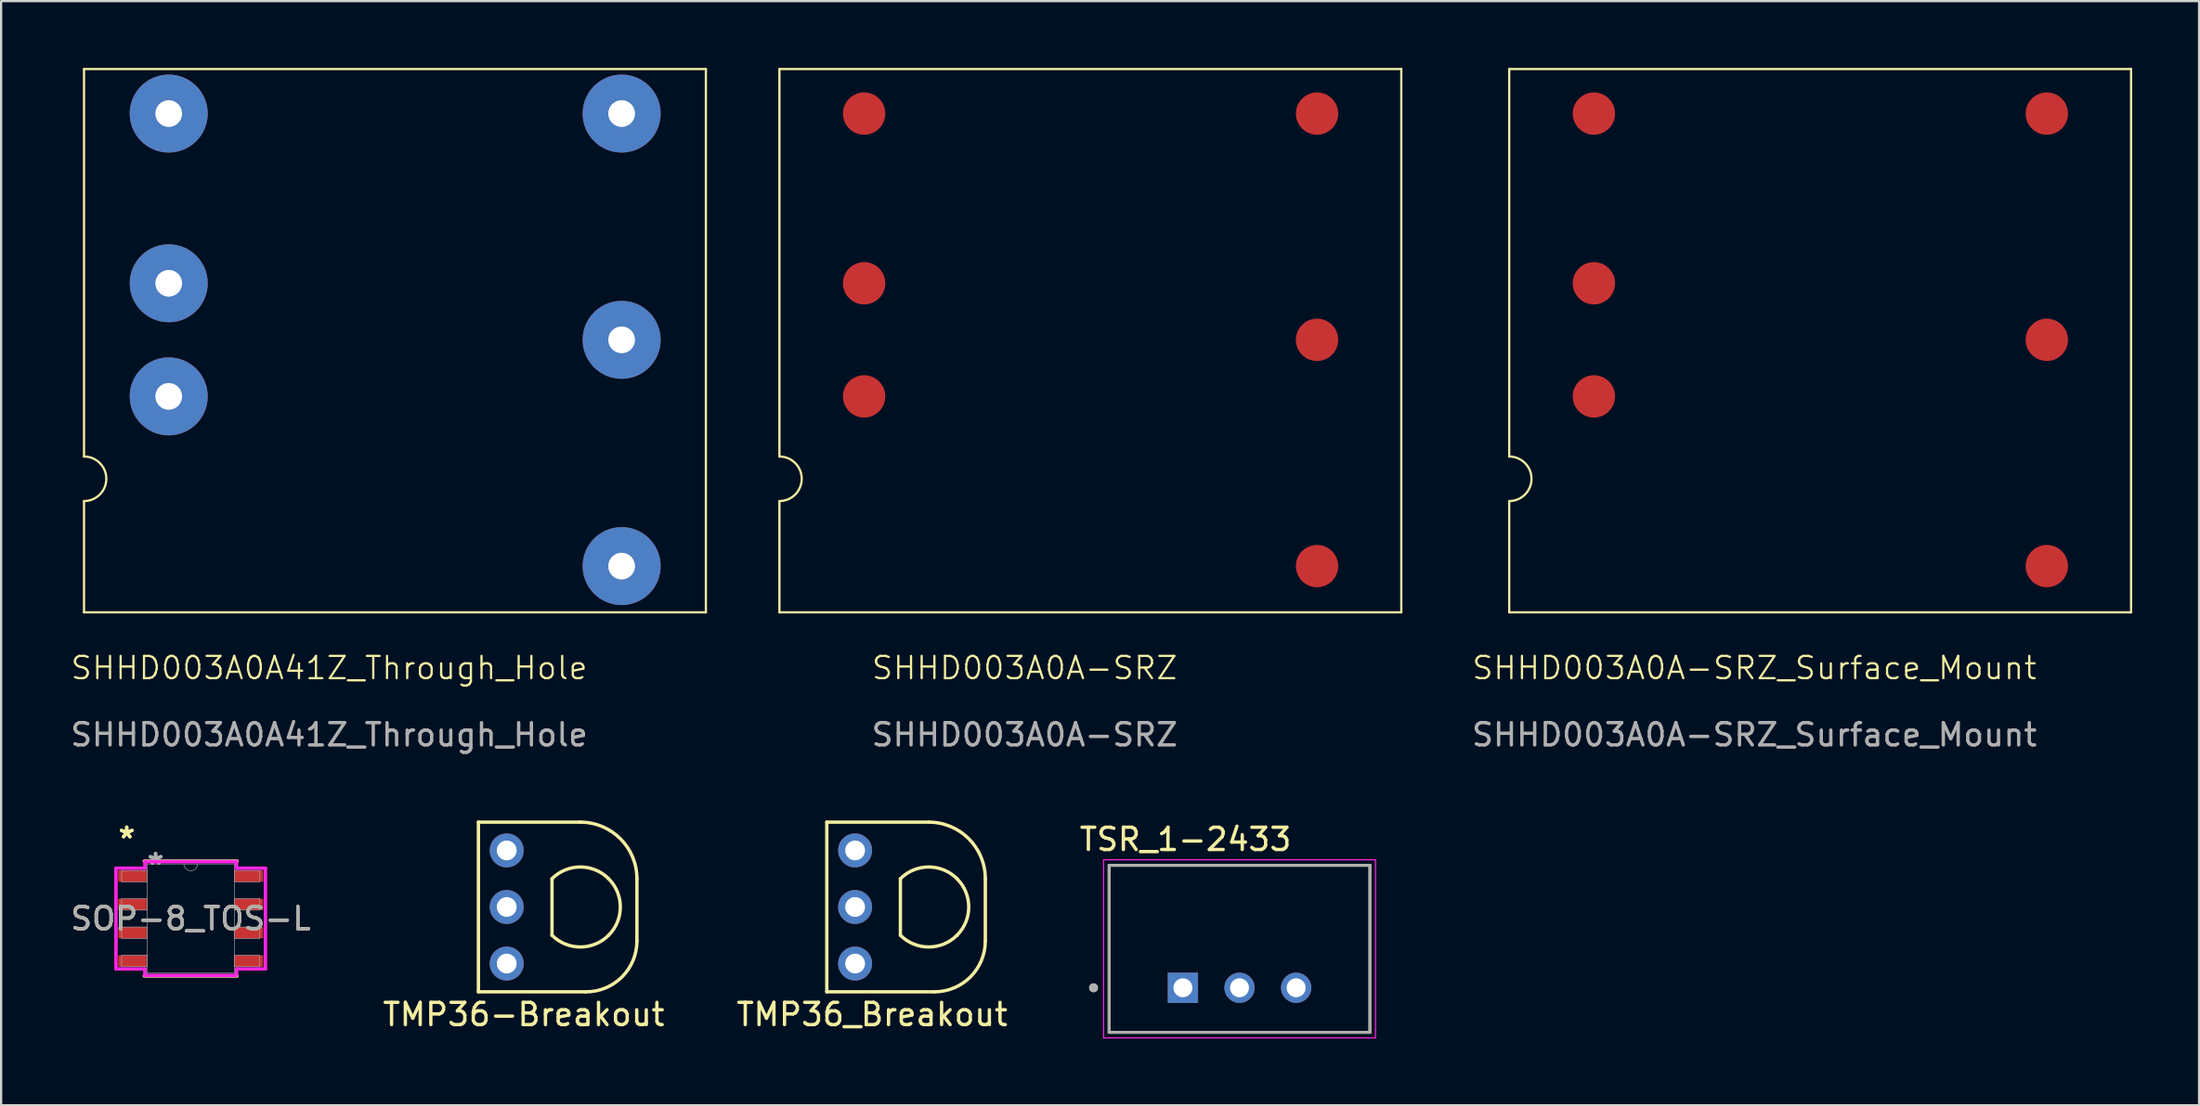
<source format=kicad_pcb>
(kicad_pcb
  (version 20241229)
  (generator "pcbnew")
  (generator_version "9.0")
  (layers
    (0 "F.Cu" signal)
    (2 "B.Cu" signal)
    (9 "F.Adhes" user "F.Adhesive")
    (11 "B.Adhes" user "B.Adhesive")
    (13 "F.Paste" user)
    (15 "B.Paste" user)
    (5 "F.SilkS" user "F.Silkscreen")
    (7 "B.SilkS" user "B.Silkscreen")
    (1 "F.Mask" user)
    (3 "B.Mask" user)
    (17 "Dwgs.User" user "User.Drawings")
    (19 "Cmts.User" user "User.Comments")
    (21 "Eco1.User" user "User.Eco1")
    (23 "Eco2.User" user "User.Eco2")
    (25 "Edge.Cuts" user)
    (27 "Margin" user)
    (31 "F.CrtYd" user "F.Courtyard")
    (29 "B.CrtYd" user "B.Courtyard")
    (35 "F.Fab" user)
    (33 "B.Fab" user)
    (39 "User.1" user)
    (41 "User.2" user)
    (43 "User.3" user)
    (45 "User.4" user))
  (footprint "SHHD003A0A41Z_Through_Hole"
    (layer "F.Cu")
    (at 0.72 24.45)
    (property "Reference" "SHHD003A0A41Z_Through_Hole" (at 11 2.495 0) (unlocked yes) (layer "F.SilkS") (effects (font (size 1 1) (thickness 0.1))))
    (attr smd)
    (fp_line (start -0.000001 -0.005) (end 27.9 -0.005) (stroke (width 0.1) (type default)) (layer "F.SilkS"))
    (fp_line (start 0 -7) (end 0 -24.4) (stroke (width 0.1) (type default)) (layer "F.SilkS"))
    (fp_line (start 0 -5) (end 0 0) (stroke (width 0.1) (type default)) (layer "F.SilkS"))
    (fp_line (start 27.9 -24.4) (end 0 -24.4) (stroke (width 0.1) (type default)) (layer "F.SilkS"))
    (fp_line (start 27.9 0) (end 27.9 -24.4) (stroke (width 0.1) (type default)) (layer "F.SilkS"))
    (fp_arc (start 0 -7) (mid 1 -6) (end 0 -5) (stroke (width 0.1) (type default)) (layer "F.SilkS"))
    (fp_text user "${REFERENCE}" (at 11 5.495 0) (unlocked yes) (layer "F.Fab") (effects (font (size 1 1) (thickness 0.15))))
    (pad "1" thru_hole circle (at 3.8 -9.7) (size 3.5 3.5) (drill 1.2) (layers "*.Cu" "*.Mask"))
    (pad "2" thru_hole circle (at 3.8 -14.78) (size 3.5 3.5) (drill 1.2) (layers "*.Cu" "*.Mask"))
    (pad "3" thru_hole circle (at 3.8 -22.4) (size 3.5 3.5) (drill 1.2) (layers "*.Cu" "*.Mask"))
    (pad "4" thru_hole circle (at 24.12 -22.4) (size 3.5 3.5) (drill 1.2) (layers "*.Cu" "*.Mask"))
    (pad "5" thru_hole circle (at 24.12 -12.24) (size 3.5 3.5) (drill 1.2) (layers "*.Cu" "*.Mask"))
    (pad "6" thru_hole circle (at 24.12 -2.08) (size 3.5 3.5) (drill 1.2) (layers "*.Cu" "*.Mask")))
  (footprint "TMP36_Breakout"
    (layer "F.Cu")
    (at 34.045 41.488)
    (property "Reference" "TMP36_Breakout" (at 2.032 1.016 0) (layer "F.SilkS") (effects (font (size 1 1) (thickness 0.15))))
    (attr through_hole)
    (fp_line (start 0 -7.62) (end 0 0) (stroke (width 0.15) (type solid)) (layer "F.SilkS"))
    (fp_line (start 3.302 -5.08) (end 3.302 -2.54) (stroke (width 0.15) (type solid)) (layer "F.SilkS"))
    (fp_line (start 4.572 -7.62) (end 0 -7.62) (stroke (width 0.15) (type solid)) (layer "F.SilkS"))
    (fp_line (start 4.826 0) (end 0 0) (stroke (width 0.15) (type solid)) (layer "F.SilkS"))
    (fp_line (start 7.112 -5.08) (end 7.112 -2.286) (stroke (width 0.15) (type solid)) (layer "F.SilkS"))
    (fp_arc (start 3.302 -5.08) (mid 4.572 -5.606051) (end 5.842 -5.08) (stroke (width 0.15) (type solid)) (layer "F.SilkS"))
    (fp_arc (start 4.572 -7.62) (mid 6.368051 -6.876051) (end 7.112 -5.08) (stroke (width 0.15) (type solid)) (layer "F.SilkS"))
    (fp_arc (start 5.842 -5.08) (mid 6.368051 -3.81) (end 5.842 -2.54) (stroke (width 0.15) (type solid)) (layer "F.SilkS"))
    (fp_arc (start 5.842 -2.54) (mid 4.572 -2.013949) (end 3.302 -2.54) (stroke (width 0.15) (type solid)) (layer "F.SilkS"))
    (fp_arc (start 7.112 -2.286) (mid 6.442446 -0.669554) (end 4.826 0) (stroke (width 0.15) (type solid)) (layer "F.SilkS"))
    (pad "1" thru_hole circle (at 1.27 -6.35) (size 1.524 1.524) (drill 0.889) (layers "*.Cu" "*.Mask"))
    (pad "2" thru_hole circle (at 1.27 -3.81) (size 1.524 1.524) (drill 0.889) (layers "*.Cu" "*.Mask"))
    (pad "3" thru_hole circle (at 1.27 -1.27) (size 1.524 1.524) (drill 0.889) (layers "*.Cu" "*.Mask")))
  (footprint "TSR_1-2433"
    (layer "F.Cu")
    (at 52.562 39.556)
    (property "Reference" "TSR_1-2433" (at -2.425 -4.915 0) (layer "F.SilkS") (effects (font (size 1 1) (thickness 0.15))))
    (attr through_hole)
    (fp_line (start -5.85 -3.75) (end 5.85 -3.75) (stroke (width 0.127) (type solid)) (layer "F.SilkS"))
    (fp_line (start -5.85 3.75) (end -5.85 -3.75) (stroke (width 0.127) (type solid)) (layer "F.SilkS"))
    (fp_line (start -5.85 3.75) (end 5.85 3.75) (stroke (width 0.127) (type solid)) (layer "F.SilkS"))
    (fp_line (start 5.85 -3.75) (end 5.85 3.75) (stroke (width 0.127) (type solid)) (layer "F.SilkS"))
    (fp_circle (center -6.55 1.75) (end -6.45 1.75) (stroke (width 0.2) (type solid)) (fill no) (layer "F.SilkS"))
    (fp_line (start -6.1 -4) (end -6.1 4) (stroke (width 0.05) (type solid)) (layer "F.CrtYd"))
    (fp_line (start -6.1 4) (end 6.1 4) (stroke (width 0.05) (type solid)) (layer "F.CrtYd"))
    (fp_line (start 6.1 -4) (end -6.1 -4) (stroke (width 0.05) (type solid)) (layer "F.CrtYd"))
    (fp_line (start 6.1 4) (end 6.1 -4) (stroke (width 0.05) (type solid)) (layer "F.CrtYd"))
    (fp_line (start -5.85 -3.75) (end 5.85 -3.75) (stroke (width 0.127) (type solid)) (layer "F.Fab"))
    (fp_line (start -5.85 3.75) (end -5.85 -3.75) (stroke (width 0.127) (type solid)) (layer "F.Fab"))
    (fp_line (start 5.85 -3.75) (end 5.85 3.75) (stroke (width 0.127) (type solid)) (layer "F.Fab"))
    (fp_line (start 5.85 3.75) (end -5.85 3.75) (stroke (width 0.127) (type solid)) (layer "F.Fab"))
    (fp_circle (center -6.55 1.75) (end -6.45 1.75) (stroke (width 0.2) (type solid)) (fill no) (layer "F.Fab"))
    (pad "1" thru_hole rect (at -2.54 1.75) (size 1.358 1.358) (drill 0.85) (layers "*.Cu" "*.Mask"))
    (pad "2" thru_hole circle (at 0 1.75) (size 1.358 1.358) (drill 0.85) (layers "*.Cu" "*.Mask"))
    (pad "3" thru_hole circle (at 2.54 1.75) (size 1.358 1.358) (drill 0.85) (layers "*.Cu" "*.Mask")))
  (footprint "SHHD003A0A-SRZ"
    (layer "F.Cu")
    (at 31.92 24.45)
    (property "Reference" "SHHD003A0A-SRZ" (at 11 2.495 0) (unlocked yes) (layer "F.SilkS") (effects (font (size 1 1) (thickness 0.1))))
    (attr smd)
    (fp_line (start -0.000001 -0.005) (end 27.9 -0.005) (stroke (width 0.1) (type default)) (layer "F.SilkS"))
    (fp_line (start 0 -7) (end 0 -24.4) (stroke (width 0.1) (type default)) (layer "F.SilkS"))
    (fp_line (start 0 -5) (end 0 0) (stroke (width 0.1) (type default)) (layer "F.SilkS"))
    (fp_line (start 27.9 -24.4) (end 0 -24.4) (stroke (width 0.1) (type default)) (layer "F.SilkS"))
    (fp_line (start 27.9 0) (end 27.9 -24.4) (stroke (width 0.1) (type default)) (layer "F.SilkS"))
    (fp_arc (start 0 -7) (mid 1 -6) (end 0 -5) (stroke (width 0.1) (type default)) (layer "F.SilkS"))
    (fp_text user "${REFERENCE}" (at 11 5.495 0) (unlocked yes) (layer "F.Fab") (effects (font (size 1 1) (thickness 0.15))))
    (pad "1" smd circle (at 3.8 -9.7) (size 1.9 1.9) (layers "F.Cu" "F.Mask" "F.Paste"))
    (pad "2" smd circle (at 3.8 -14.78) (size 1.9 1.9) (layers "F.Cu" "F.Mask" "F.Paste"))
    (pad "3" smd circle (at 3.8 -22.4) (size 1.9 1.9) (layers "F.Cu" "F.Mask" "F.Paste"))
    (pad "4" smd circle (at 24.12 -22.4) (size 1.9 1.9) (layers "F.Cu" "F.Mask" "F.Paste"))
    (pad "5" smd circle (at 24.12 -12.24) (size 1.9 1.9) (layers "F.Cu" "F.Mask" "F.Paste"))
    (pad "6" smd circle (at 24.12 -2.08) (size 1.9 1.9) (layers "F.Cu" "F.Mask" "F.Paste")))
  (footprint "SHHD003A0A-SRZ_Surface_Mount"
    (layer "F.Cu")
    (at 64.662 24.45)
    (property "Reference" "SHHD003A0A-SRZ_Surface_Mount" (at 11 2.495 0) (unlocked yes) (layer "F.SilkS") (effects (font (size 1 1) (thickness 0.1))))
    (attr smd)
    (fp_line (start -0.000001 -0.005) (end 27.9 -0.005) (stroke (width 0.1) (type default)) (layer "F.SilkS"))
    (fp_line (start 0 -7) (end 0 -24.4) (stroke (width 0.1) (type default)) (layer "F.SilkS"))
    (fp_line (start 0 -5) (end 0 0) (stroke (width 0.1) (type default)) (layer "F.SilkS"))
    (fp_line (start 27.9 -24.4) (end 0 -24.4) (stroke (width 0.1) (type default)) (layer "F.SilkS"))
    (fp_line (start 27.9 0) (end 27.9 -24.4) (stroke (width 0.1) (type default)) (layer "F.SilkS"))
    (fp_arc (start 0 -7) (mid 1 -6) (end 0 -5) (stroke (width 0.1) (type default)) (layer "F.SilkS"))
    (fp_text user "${REFERENCE}" (at 11 5.495 0) (unlocked yes) (layer "F.Fab") (effects (font (size 1 1) (thickness 0.15))))
    (pad "1" smd circle (at 3.8 -9.7) (size 1.9 1.9) (layers "F.Cu" "F.Mask" "F.Paste"))
    (pad "2" smd circle (at 3.8 -14.78) (size 1.9 1.9) (layers "F.Cu" "F.Mask" "F.Paste"))
    (pad "3" smd circle (at 3.8 -22.4) (size 1.9 1.9) (layers "F.Cu" "F.Mask" "F.Paste"))
    (pad "4" smd circle (at 24.12 -22.4) (size 1.9 1.9) (layers "F.Cu" "F.Mask" "F.Paste"))
    (pad "5" smd circle (at 24.12 -12.24) (size 1.9 1.9) (layers "F.Cu" "F.Mask" "F.Paste"))
    (pad "6" smd circle (at 24.12 -2.08) (size 1.9 1.9) (layers "F.Cu" "F.Mask" "F.Paste")))
  (footprint "SOP-8_TOS-L"
    (layer "F.Cu")
    (at 5.506 38.197)
    (property "Reference" "SOP-8_TOS-L" (at 0 0 0) (unlocked yes) (layer "F.SilkS") (effects (font (size 1 1) (thickness 0.15))))
    (attr smd)
    (fp_line (start -2.083 2.578) (end 2.083 2.578) (stroke (width 0.152) (type solid)) (layer "F.SilkS"))
    (fp_line (start 2.083 -2.578) (end -2.083 -2.578) (stroke (width 0.152) (type solid)) (layer "F.SilkS"))
    (fp_line (start -3.353 -2.261) (end -2.057 -2.261) (stroke (width 0.152) (type solid)) (layer "F.CrtYd"))
    (fp_line (start -3.353 2.261) (end -3.353 -2.261) (stroke (width 0.152) (type solid)) (layer "F.CrtYd"))
    (fp_line (start -3.353 2.261) (end -2.057 2.261) (stroke (width 0.152) (type solid)) (layer "F.CrtYd"))
    (fp_line (start -2.057 -2.553) (end 2.057 -2.553) (stroke (width 0.152) (type solid)) (layer "F.CrtYd"))
    (fp_line (start -2.057 -2.261) (end -2.057 -2.553) (stroke (width 0.152) (type solid)) (layer "F.CrtYd"))
    (fp_line (start -2.057 2.553) (end -2.057 2.261) (stroke (width 0.152) (type solid)) (layer "F.CrtYd"))
    (fp_line (start 2.057 -2.553) (end 2.057 -2.261) (stroke (width 0.152) (type solid)) (layer "F.CrtYd"))
    (fp_line (start 2.057 2.261) (end 2.057 2.553) (stroke (width 0.152) (type solid)) (layer "F.CrtYd"))
    (fp_line (start 2.057 2.553) (end -2.057 2.553) (stroke (width 0.152) (type solid)) (layer "F.CrtYd"))
    (fp_line (start 3.353 -2.261) (end 2.057 -2.261) (stroke (width 0.152) (type solid)) (layer "F.CrtYd"))
    (fp_line (start 3.353 -2.261) (end 3.353 2.261) (stroke (width 0.152) (type solid)) (layer "F.CrtYd"))
    (fp_line (start 3.353 2.261) (end 2.057 2.261) (stroke (width 0.152) (type solid)) (layer "F.CrtYd"))
    (fp_line (start -3.099 -2.159) (end -3.099 -1.651) (stroke (width 0.025) (type solid)) (layer "F.Fab"))
    (fp_line (start -3.099 -1.651) (end -1.956 -1.651) (stroke (width 0.025) (type solid)) (layer "F.Fab"))
    (fp_line (start -3.099 -0.889) (end -3.099 -0.381) (stroke (width 0.025) (type solid)) (layer "F.Fab"))
    (fp_line (start -3.099 -0.381) (end -1.956 -0.381) (stroke (width 0.025) (type solid)) (layer "F.Fab"))
    (fp_line (start -3.099 0.381) (end -3.099 0.889) (stroke (width 0.025) (type solid)) (layer "F.Fab"))
    (fp_line (start -3.099 0.889) (end -1.956 0.889) (stroke (width 0.025) (type solid)) (layer "F.Fab"))
    (fp_line (start -3.099 1.651) (end -3.099 2.159) (stroke (width 0.025) (type solid)) (layer "F.Fab"))
    (fp_line (start -3.099 2.159) (end -1.956 2.159) (stroke (width 0.025) (type solid)) (layer "F.Fab"))
    (fp_line (start -1.956 -2.451) (end -1.956 2.451) (stroke (width 0.025) (type solid)) (layer "F.Fab"))
    (fp_line (start -1.956 -2.159) (end -3.099 -2.159) (stroke (width 0.025) (type solid)) (layer "F.Fab"))
    (fp_line (start -1.956 -1.651) (end -1.956 -2.159) (stroke (width 0.025) (type solid)) (layer "F.Fab"))
    (fp_line (start -1.956 -0.889) (end -3.099 -0.889) (stroke (width 0.025) (type solid)) (layer "F.Fab"))
    (fp_line (start -1.956 -0.381) (end -1.956 -0.889) (stroke (width 0.025) (type solid)) (layer "F.Fab"))
    (fp_line (start -1.956 0.381) (end -3.099 0.381) (stroke (width 0.025) (type solid)) (layer "F.Fab"))
    (fp_line (start -1.956 0.889) (end -1.956 0.381) (stroke (width 0.025) (type solid)) (layer "F.Fab"))
    (fp_line (start -1.956 1.651) (end -3.099 1.651) (stroke (width 0.025) (type solid)) (layer "F.Fab"))
    (fp_line (start -1.956 2.159) (end -1.956 1.651) (stroke (width 0.025) (type solid)) (layer "F.Fab"))
    (fp_line (start -1.956 2.451) (end 1.956 2.451) (stroke (width 0.025) (type solid)) (layer "F.Fab"))
    (fp_line (start 1.956 -2.451) (end -1.956 -2.451) (stroke (width 0.025) (type solid)) (layer "F.Fab"))
    (fp_line (start 1.956 -2.159) (end 1.956 -1.651) (stroke (width 0.025) (type solid)) (layer "F.Fab"))
    (fp_line (start 1.956 -1.651) (end 3.099 -1.651) (stroke (width 0.025) (type solid)) (layer "F.Fab"))
    (fp_line (start 1.956 -0.889) (end 1.956 -0.381) (stroke (width 0.025) (type solid)) (layer "F.Fab"))
    (fp_line (start 1.956 -0.381) (end 3.099 -0.381) (stroke (width 0.025) (type solid)) (layer "F.Fab"))
    (fp_line (start 1.956 0.381) (end 1.956 0.889) (stroke (width 0.025) (type solid)) (layer "F.Fab"))
    (fp_line (start 1.956 0.889) (end 3.099 0.889) (stroke (width 0.025) (type solid)) (layer "F.Fab"))
    (fp_line (start 1.956 1.651) (end 1.956 2.159) (stroke (width 0.025) (type solid)) (layer "F.Fab"))
    (fp_line (start 1.956 2.159) (end 3.099 2.159) (stroke (width 0.025) (type solid)) (layer "F.Fab"))
    (fp_line (start 1.956 2.451) (end 1.956 -2.451) (stroke (width 0.025) (type solid)) (layer "F.Fab"))
    (fp_line (start 3.099 -2.159) (end 1.956 -2.159) (stroke (width 0.025) (type solid)) (layer "F.Fab"))
    (fp_line (start 3.099 -1.651) (end 3.099 -2.159) (stroke (width 0.025) (type solid)) (layer "F.Fab"))
    (fp_line (start 3.099 -0.889) (end 1.956 -0.889) (stroke (width 0.025) (type solid)) (layer "F.Fab"))
    (fp_line (start 3.099 -0.381) (end 3.099 -0.889) (stroke (width 0.025) (type solid)) (layer "F.Fab"))
    (fp_line (start 3.099 0.381) (end 1.956 0.381) (stroke (width 0.025) (type solid)) (layer "F.Fab"))
    (fp_line (start 3.099 0.889) (end 3.099 0.381) (stroke (width 0.025) (type solid)) (layer "F.Fab"))
    (fp_line (start 3.099 1.651) (end 1.956 1.651) (stroke (width 0.025) (type solid)) (layer "F.Fab"))
    (fp_line (start 3.099 2.159) (end 3.099 1.651) (stroke (width 0.025) (type solid)) (layer "F.Fab"))
    (fp_arc (start 0.3048 -2.4511) (mid 0 -2.1463) (end -0.3048 -2.4511) (stroke (width 0.0254) (type solid)) (layer "F.Fab"))
    (fp_text user "*" (at -2.87 -3.556 0) (unlocked yes) (layer "F.SilkS") (effects (font (size 1 1) (thickness 0.15))))
    (fp_text user "*" (at -2.87 -3.556 0) (layer "F.SilkS") (effects (font (size 1 1) (thickness 0.15))))
    (fp_text user "*" (at -1.575 -2.375 0) (unlocked yes) (layer "F.Fab") (effects (font (size 1 1) (thickness 0.15))))
    (fp_text user "*" (at -1.575 -2.375 0) (layer "F.Fab") (effects (font (size 1 1) (thickness 0.15))))
    (fp_text user "${REFERENCE}" (at 0 0 0) (unlocked yes) (layer "F.Fab") (effects (font (size 1 1) (thickness 0.15))))
    (pad "1" smd rect (at -2.616 -1.905) (size 1.27 0.508) (layers "F.Cu" "F.Mask" "F.Paste"))
    (pad "2" smd rect (at -2.616 -0.635) (size 1.27 0.508) (layers "F.Cu" "F.Mask" "F.Paste"))
    (pad "3" smd rect (at -2.616 0.635) (size 1.27 0.508) (layers "F.Cu" "F.Mask" "F.Paste"))
    (pad "4" smd rect (at -2.616 1.905) (size 1.27 0.508) (layers "F.Cu" "F.Mask" "F.Paste"))
    (pad "5" smd rect (at 2.616 1.905) (size 1.27 0.508) (layers "F.Cu" "F.Mask" "F.Paste"))
    (pad "6" smd rect (at 2.616 0.635) (size 1.27 0.508) (layers "F.Cu" "F.Mask" "F.Paste"))
    (pad "7" smd rect (at 2.616 -0.635) (size 1.27 0.508) (layers "F.Cu" "F.Mask" "F.Paste"))
    (pad "8" smd rect (at 2.616 -1.905) (size 1.27 0.508) (layers "F.Cu" "F.Mask" "F.Paste")))
  (footprint "TMP36-Breakout"
    (layer "F.Cu")
    (at 18.414 41.488)
    (property "Reference" "TMP36-Breakout" (at 2.032 1.016 0) (layer "F.SilkS") (effects (font (size 1 1) (thickness 0.15))))
    (attr through_hole)
    (fp_line (start 0 -7.62) (end 0 0) (stroke (width 0.15) (type solid)) (layer "F.SilkS"))
    (fp_line (start 3.302 -5.08) (end 3.302 -2.54) (stroke (width 0.15) (type solid)) (layer "F.SilkS"))
    (fp_line (start 4.572 -7.62) (end 0 -7.62) (stroke (width 0.15) (type solid)) (layer "F.SilkS"))
    (fp_line (start 4.826 0) (end 0 0) (stroke (width 0.15) (type solid)) (layer "F.SilkS"))
    (fp_line (start 7.112 -5.08) (end 7.112 -2.286) (stroke (width 0.15) (type solid)) (layer "F.SilkS"))
    (fp_arc (start 3.302 -5.08) (mid 4.572 -5.606051) (end 5.842 -5.08) (stroke (width 0.15) (type solid)) (layer "F.SilkS"))
    (fp_arc (start 4.572 -7.62) (mid 6.368051 -6.876051) (end 7.112 -5.08) (stroke (width 0.15) (type solid)) (layer "F.SilkS"))
    (fp_arc (start 5.842 -5.08) (mid 6.368051 -3.81) (end 5.842 -2.54) (stroke (width 0.15) (type solid)) (layer "F.SilkS"))
    (fp_arc (start 5.842 -2.54) (mid 4.572 -2.013949) (end 3.302 -2.54) (stroke (width 0.15) (type solid)) (layer "F.SilkS"))
    (fp_arc (start 7.112 -2.286) (mid 6.442446 -0.669554) (end 4.826 0) (stroke (width 0.15) (type solid)) (layer "F.SilkS"))
    (pad "1" thru_hole circle (at 1.27 -6.35) (size 1.524 1.524) (drill 0.889) (layers "*.Cu" "*.Mask"))
    (pad "2" thru_hole circle (at 1.27 -3.81) (size 1.524 1.524) (drill 0.889) (layers "*.Cu" "*.Mask"))
    (pad "3" thru_hole circle (at 1.27 -1.27) (size 1.524 1.524) (drill 0.889) (layers "*.Cu" "*.Mask")))
  (gr_rect
    (start -3 -3)
    (end 95.612 46.581)
    (stroke (width 0.1) (type default))
    (fill no)
    (layer "Edge.Cuts")))
</source>
